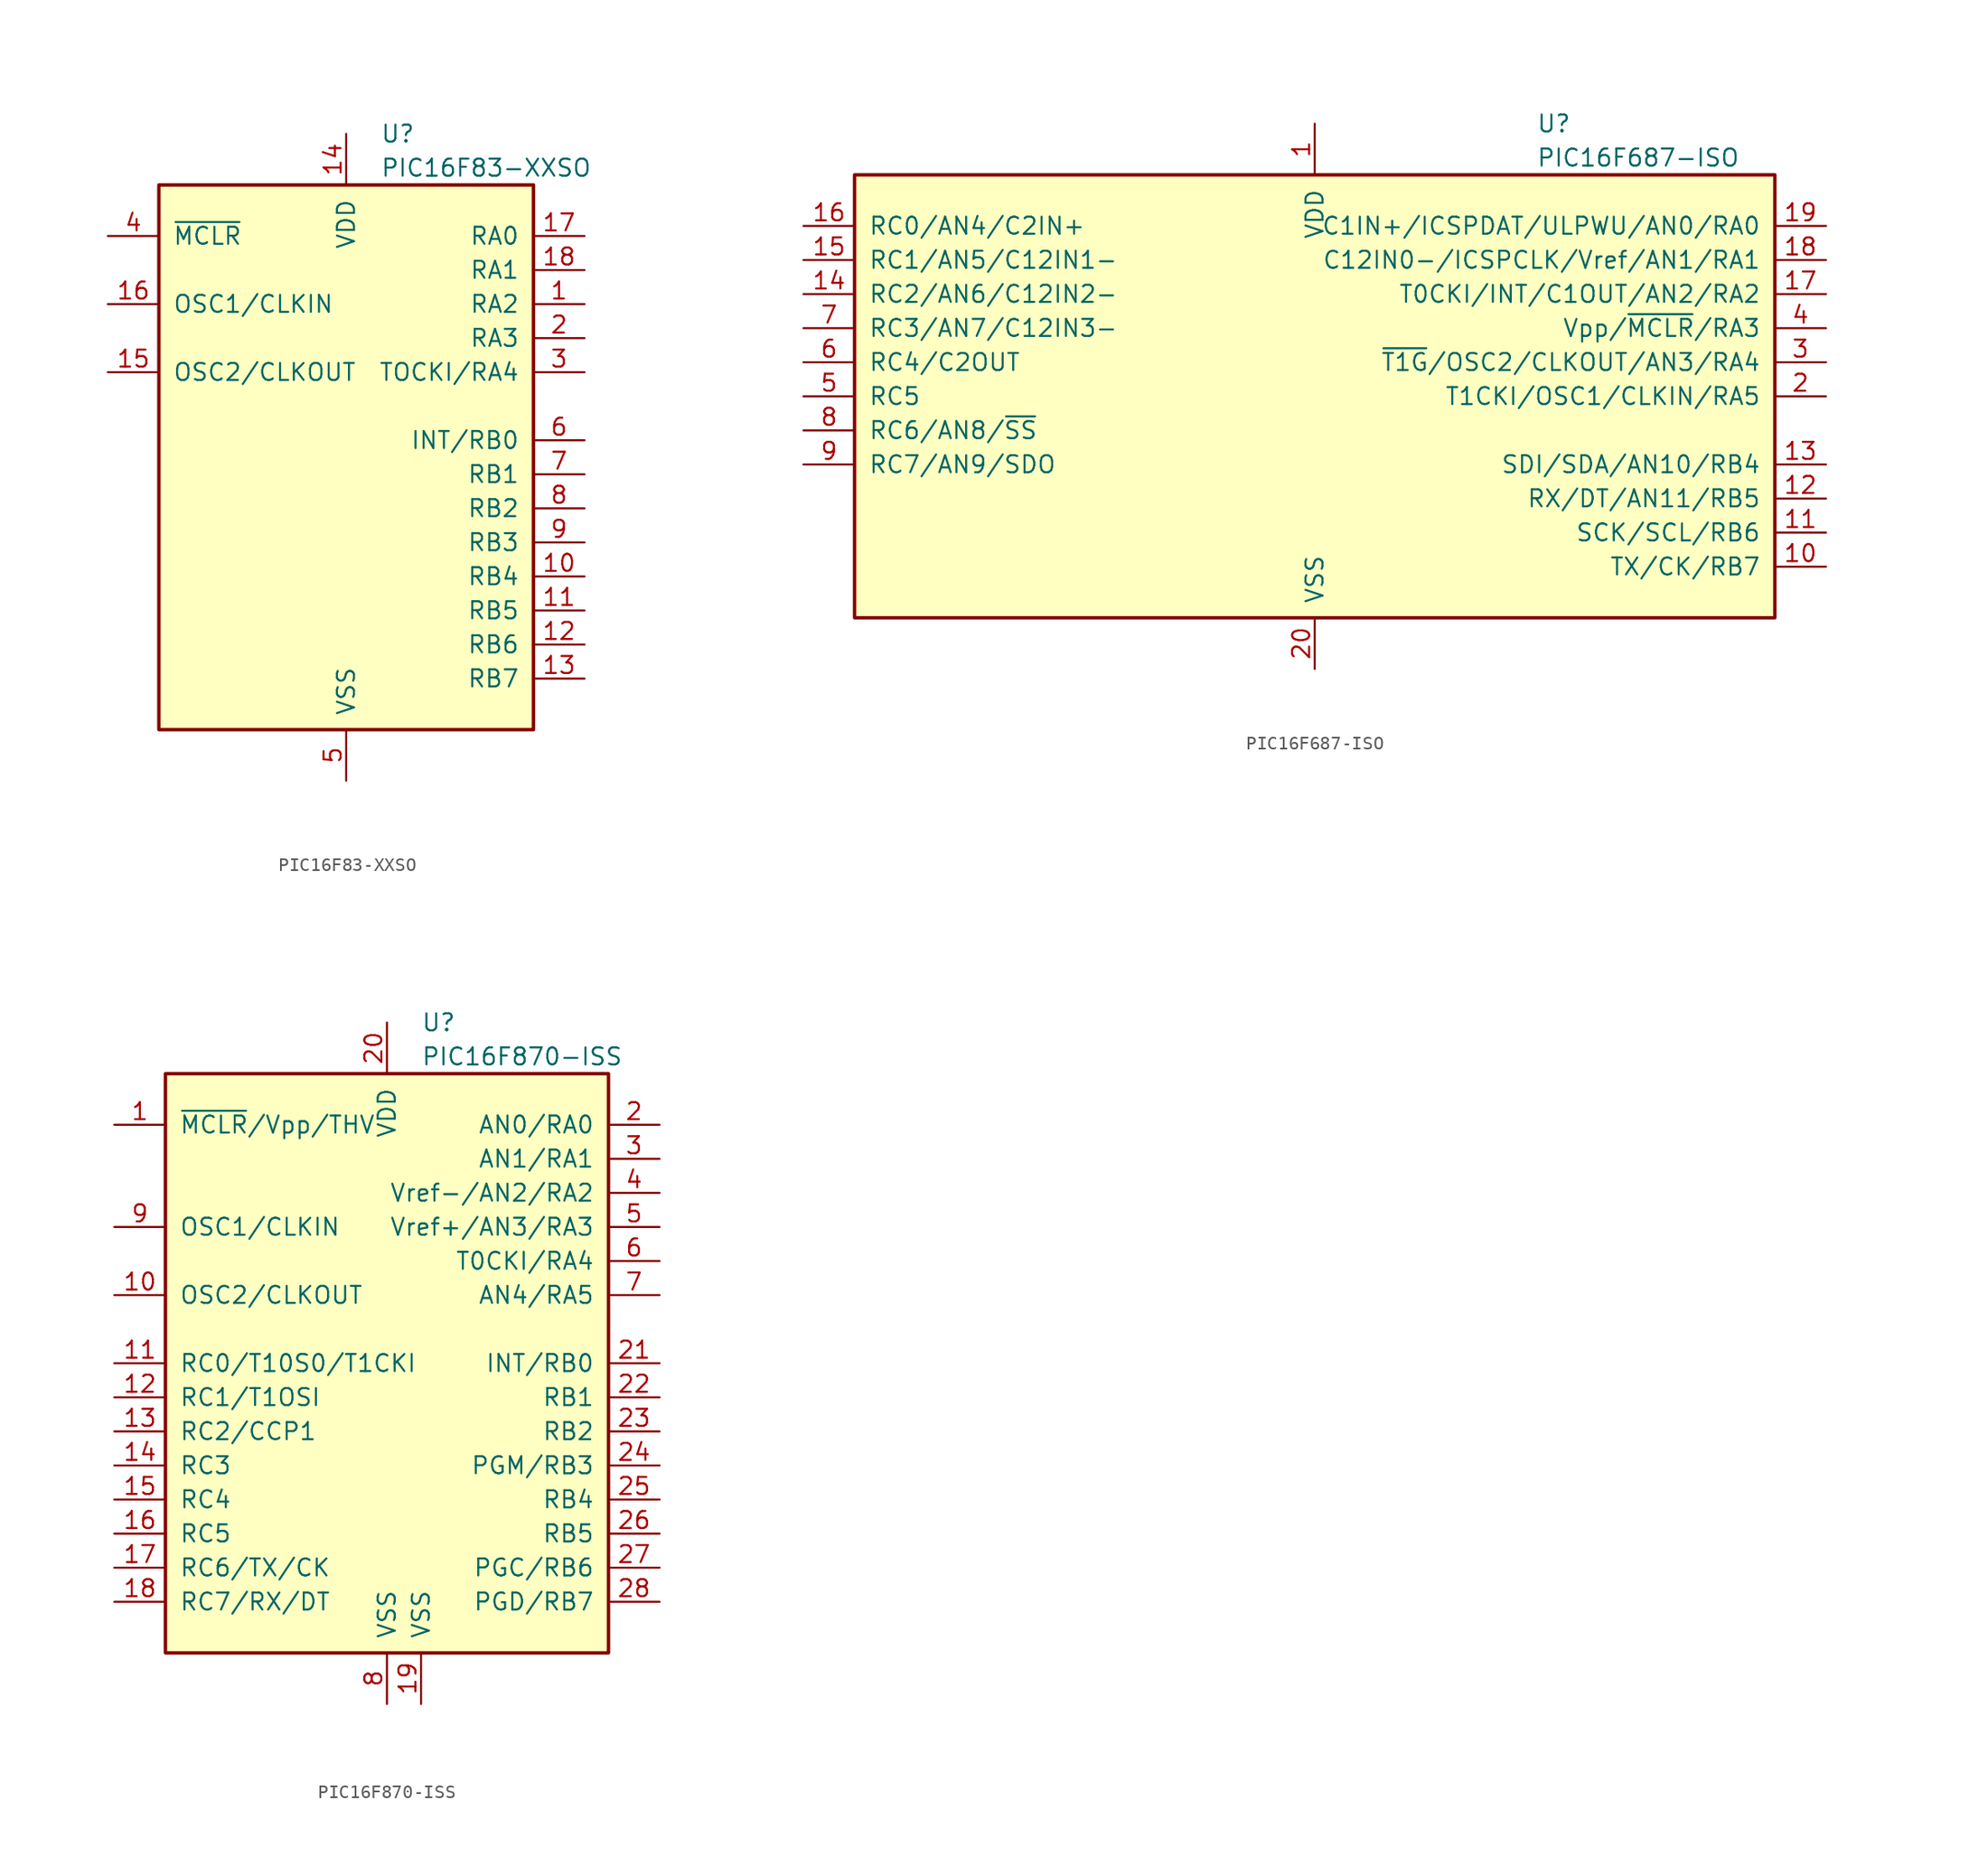
<source format=kicad_sym>
(kicad_symbol_lib
  (version 20220914)
  (generator kicad_symbol_editor)
  (symbol "PIC16F83-XXSO"
    (pin_names
      (offset 1.016))
    (property "Reference" "U"
      (at 2.54 22.86 0)
      (effects (font (size 1.27 1.27)) (justify left)))
    (property "Value" "PIC16F83-XXSO"
      (at 2.54 20.32 0)
      (effects (font (size 1.27 1.27)) (justify left)))
    (symbol "PIC16F83-XXSO_0_1"
      (rectangle (start -13.97 19.05) (end 13.97 -21.59) (stroke (width 0.254) (type default)) (fill (type background))))
    (symbol "PIC16F83-XXSO_1_1"
      (pin bidirectional line (at 17.78 10.16 180) (length 3.81) (name "RA2" (effects (font (size 1.27 1.27)))) (number "1" (effects (font (size 1.27 1.27)))))
      (pin bidirectional line (at 17.78 -10.16 180) (length 3.81) (name "RB4" (effects (font (size 1.27 1.27)))) (number "10" (effects (font (size 1.27 1.27)))))
      (pin bidirectional line (at 17.78 -12.7 180) (length 3.81) (name "RB5" (effects (font (size 1.27 1.27)))) (number "11" (effects (font (size 1.27 1.27)))))
      (pin bidirectional line (at 17.78 -15.24 180) (length 3.81) (name "RB6" (effects (font (size 1.27 1.27)))) (number "12" (effects (font (size 1.27 1.27)))))
      (pin bidirectional line (at 17.78 -17.78 180) (length 3.81) (name "RB7" (effects (font (size 1.27 1.27)))) (number "13" (effects (font (size 1.27 1.27)))))
      (pin power_in line (at 0 22.86 270) (length 3.81) (name "VDD" (effects (font (size 1.27 1.27)))) (number "14" (effects (font (size 1.27 1.27)))))
      (pin output line (at -17.78 5.08 0) (length 3.81) (name "OSC2/CLKOUT" (effects (font (size 1.27 1.27)))) (number "15" (effects (font (size 1.27 1.27)))))
      (pin input line (at -17.78 10.16 0) (length 3.81) (name "OSC1/CLKIN" (effects (font (size 1.27 1.27)))) (number "16" (effects (font (size 1.27 1.27)))))
      (pin bidirectional line (at 17.78 15.24 180) (length 3.81) (name "RA0" (effects (font (size 1.27 1.27)))) (number "17" (effects (font (size 1.27 1.27)))))
      (pin bidirectional line (at 17.78 12.7 180) (length 3.81) (name "RA1" (effects (font (size 1.27 1.27)))) (number "18" (effects (font (size 1.27 1.27)))))
      (pin bidirectional line (at 17.78 7.62 180) (length 3.81) (name "RA3" (effects (font (size 1.27 1.27)))) (number "2" (effects (font (size 1.27 1.27)))))
      (pin bidirectional line (at 17.78 5.08 180) (length 3.81) (name "TOCKI/RA4" (effects (font (size 1.27 1.27)))) (number "3" (effects (font (size 1.27 1.27)))))
      (pin input line (at -17.78 15.24 0) (length 3.81) (name "~{MCLR}" (effects (font (size 1.27 1.27)))) (number "4" (effects (font (size 1.27 1.27)))))
      (pin power_in line (at 0 -25.4 90) (length 3.81) (name "VSS" (effects (font (size 1.27 1.27)))) (number "5" (effects (font (size 1.27 1.27)))))
      (pin bidirectional line (at 17.78 0 180) (length 3.81) (name "INT/RB0" (effects (font (size 1.27 1.27)))) (number "6" (effects (font (size 1.27 1.27)))))
      (pin bidirectional line (at 17.78 -2.54 180) (length 3.81) (name "RB1" (effects (font (size 1.27 1.27)))) (number "7" (effects (font (size 1.27 1.27)))))
      (pin bidirectional line (at 17.78 -5.08 180) (length 3.81) (name "RB2" (effects (font (size 1.27 1.27)))) (number "8" (effects (font (size 1.27 1.27)))))
      (pin bidirectional line (at 17.78 -7.62 180) (length 3.81) (name "RB3" (effects (font (size 1.27 1.27)))) (number "9" (effects (font (size 1.27 1.27)))))))
  (symbol "PIC16F687-ISO"
    (pin_names
      (offset 1.016))
    (property "Reference" "U"
      (at 16.51 20.32 0)
      (effects (font (size 1.27 1.27)) (justify left)))
    (property "Value" "PIC16F687-ISO"
      (at 16.51 17.78 0)
      (effects (font (size 1.27 1.27)) (justify left)))
    (symbol "PIC16F687-ISO_0_1"
      (rectangle (start -34.29 16.51) (end 34.29 -16.51) (stroke (width 0.254) (type default)) (fill (type background))))
    (symbol "PIC16F687-ISO_1_1"
      (pin power_in line (at 0 20.32 270) (length 3.81) (name "VDD" (effects (font (size 1.27 1.27)))) (number "1" (effects (font (size 1.27 1.27)))))
      (pin bidirectional line (at 38.1 -12.7 180) (length 3.81) (name "TX/CK/RB7" (effects (font (size 1.27 1.27)))) (number "10" (effects (font (size 1.27 1.27)))))
      (pin bidirectional line (at 38.1 -10.16 180) (length 3.81) (name "SCK/SCL/RB6" (effects (font (size 1.27 1.27)))) (number "11" (effects (font (size 1.27 1.27)))))
      (pin bidirectional line (at 38.1 -7.62 180) (length 3.81) (name "RX/DT/AN11/RB5" (effects (font (size 1.27 1.27)))) (number "12" (effects (font (size 1.27 1.27)))))
      (pin bidirectional line (at 38.1 -5.08 180) (length 3.81) (name "SDI/SDA/AN10/RB4" (effects (font (size 1.27 1.27)))) (number "13" (effects (font (size 1.27 1.27)))))
      (pin bidirectional line (at -38.1 7.62 0) (length 3.81) (name "RC2/AN6/C12IN2-" (effects (font (size 1.27 1.27)))) (number "14" (effects (font (size 1.27 1.27)))))
      (pin bidirectional line (at -38.1 10.16 0) (length 3.81) (name "RC1/AN5/C12IN1-" (effects (font (size 1.27 1.27)))) (number "15" (effects (font (size 1.27 1.27)))))
      (pin bidirectional line (at -38.1 12.7 0) (length 3.81) (name "RC0/AN4/C2IN+" (effects (font (size 1.27 1.27)))) (number "16" (effects (font (size 1.27 1.27)))))
      (pin bidirectional line (at 38.1 7.62 180) (length 3.81) (name "T0CKI/INT/C1OUT/AN2/RA2" (effects (font (size 1.27 1.27)))) (number "17" (effects (font (size 1.27 1.27)))))
      (pin bidirectional line (at 38.1 10.16 180) (length 3.81) (name "C12IN0-/ICSPCLK/Vref/AN1/RA1" (effects (font (size 1.27 1.27)))) (number "18" (effects (font (size 1.27 1.27)))))
      (pin bidirectional line (at 38.1 12.7 180) (length 3.81) (name "C1IN+/ICSPDAT/ULPWU/AN0/RA0" (effects (font (size 1.27 1.27)))) (number "19" (effects (font (size 1.27 1.27)))))
      (pin bidirectional line (at 38.1 0 180) (length 3.81) (name "T1CKI/OSC1/CLKIN/RA5" (effects (font (size 1.27 1.27)))) (number "2" (effects (font (size 1.27 1.27)))))
      (pin power_in line (at 0 -20.32 90) (length 3.81) (name "VSS" (effects (font (size 1.27 1.27)))) (number "20" (effects (font (size 1.27 1.27)))))
      (pin bidirectional line (at 38.1 2.54 180) (length 3.81) (name "~{T1G}/OSC2/CLKOUT/AN3/RA4" (effects (font (size 1.27 1.27)))) (number "3" (effects (font (size 1.27 1.27)))))
      (pin input line (at 38.1 5.08 180) (length 3.81) (name "Vpp/~{MCLR}/RA3" (effects (font (size 1.27 1.27)))) (number "4" (effects (font (size 1.27 1.27)))))
      (pin bidirectional line (at -38.1 0 0) (length 3.81) (name "RC5" (effects (font (size 1.27 1.27)))) (number "5" (effects (font (size 1.27 1.27)))))
      (pin bidirectional line (at -38.1 2.54 0) (length 3.81) (name "RC4/C2OUT" (effects (font (size 1.27 1.27)))) (number "6" (effects (font (size 1.27 1.27)))))
      (pin bidirectional line (at -38.1 5.08 0) (length 3.81) (name "RC3/AN7/C12IN3-" (effects (font (size 1.27 1.27)))) (number "7" (effects (font (size 1.27 1.27)))))
      (pin bidirectional line (at -38.1 -2.54 0) (length 3.81) (name "RC6/AN8/~{SS}" (effects (font (size 1.27 1.27)))) (number "8" (effects (font (size 1.27 1.27)))))
      (pin bidirectional line (at -38.1 -5.08 0) (length 3.81) (name "RC7/AN9/SDO" (effects (font (size 1.27 1.27)))) (number "9" (effects (font (size 1.27 1.27)))))))
  (symbol "PIC16F870-ISS"
    (pin_names
      (offset 1.016))
    (property "Reference" "U"
      (at 2.54 25.4 0)
      (effects (font (size 1.27 1.27)) (justify left)))
    (property "Value" "PIC16F870-ISS"
      (at 2.54 22.86 0)
      (effects (font (size 1.27 1.27)) (justify left)))
    (symbol "PIC16F870-ISS_0_1"
      (rectangle (start -16.51 -21.59) (end 16.51 21.59) (stroke (width 0.254) (type default)) (fill (type background))))
    (symbol "PIC16F870-ISS_1_1"
      (pin input line (at -20.32 17.78 0) (length 3.81) (name "~{MCLR}/Vpp/THV" (effects (font (size 1.27 1.27)))) (number "1" (effects (font (size 1.27 1.27)))))
      (pin output line (at -20.32 5.08 0) (length 3.81) (name "OSC2/CLKOUT" (effects (font (size 1.27 1.27)))) (number "10" (effects (font (size 1.27 1.27)))))
      (pin bidirectional line (at -20.32 0 0) (length 3.81) (name "RC0/T10S0/T1CKI" (effects (font (size 1.27 1.27)))) (number "11" (effects (font (size 1.27 1.27)))))
      (pin bidirectional line (at -20.32 -2.54 0) (length 3.81) (name "RC1/T1OSI" (effects (font (size 1.27 1.27)))) (number "12" (effects (font (size 1.27 1.27)))))
      (pin bidirectional line (at -20.32 -5.08 0) (length 3.81) (name "RC2/CCP1" (effects (font (size 1.27 1.27)))) (number "13" (effects (font (size 1.27 1.27)))))
      (pin bidirectional line (at -20.32 -7.62 0) (length 3.81) (name "RC3" (effects (font (size 1.27 1.27)))) (number "14" (effects (font (size 1.27 1.27)))))
      (pin bidirectional line (at -20.32 -10.16 0) (length 3.81) (name "RC4" (effects (font (size 1.27 1.27)))) (number "15" (effects (font (size 1.27 1.27)))))
      (pin bidirectional line (at -20.32 -12.7 0) (length 3.81) (name "RC5" (effects (font (size 1.27 1.27)))) (number "16" (effects (font (size 1.27 1.27)))))
      (pin bidirectional line (at -20.32 -15.24 0) (length 3.81) (name "RC6/TX/CK" (effects (font (size 1.27 1.27)))) (number "17" (effects (font (size 1.27 1.27)))))
      (pin bidirectional line (at -20.32 -17.78 0) (length 3.81) (name "RC7/RX/DT" (effects (font (size 1.27 1.27)))) (number "18" (effects (font (size 1.27 1.27)))))
      (pin power_in line (at 2.54 -25.4 90) (length 3.81) (name "VSS" (effects (font (size 1.27 1.27)))) (number "19" (effects (font (size 1.27 1.27)))))
      (pin bidirectional line (at 20.32 17.78 180) (length 3.81) (name "AN0/RA0" (effects (font (size 1.27 1.27)))) (number "2" (effects (font (size 1.27 1.27)))))
      (pin power_in line (at 0 25.4 270) (length 3.81) (name "VDD" (effects (font (size 1.27 1.27)))) (number "20" (effects (font (size 1.27 1.27)))))
      (pin bidirectional line (at 20.32 0 180) (length 3.81) (name "INT/RB0" (effects (font (size 1.27 1.27)))) (number "21" (effects (font (size 1.27 1.27)))))
      (pin bidirectional line (at 20.32 -2.54 180) (length 3.81) (name "RB1" (effects (font (size 1.27 1.27)))) (number "22" (effects (font (size 1.27 1.27)))))
      (pin bidirectional line (at 20.32 -5.08 180) (length 3.81) (name "RB2" (effects (font (size 1.27 1.27)))) (number "23" (effects (font (size 1.27 1.27)))))
      (pin bidirectional line (at 20.32 -7.62 180) (length 3.81) (name "PGM/RB3" (effects (font (size 1.27 1.27)))) (number "24" (effects (font (size 1.27 1.27)))))
      (pin bidirectional line (at 20.32 -10.16 180) (length 3.81) (name "RB4" (effects (font (size 1.27 1.27)))) (number "25" (effects (font (size 1.27 1.27)))))
      (pin bidirectional line (at 20.32 -12.7 180) (length 3.81) (name "RB5" (effects (font (size 1.27 1.27)))) (number "26" (effects (font (size 1.27 1.27)))))
      (pin bidirectional line (at 20.32 -15.24 180) (length 3.81) (name "PGC/RB6" (effects (font (size 1.27 1.27)))) (number "27" (effects (font (size 1.27 1.27)))))
      (pin bidirectional line (at 20.32 -17.78 180) (length 3.81) (name "PGD/RB7" (effects (font (size 1.27 1.27)))) (number "28" (effects (font (size 1.27 1.27)))))
      (pin bidirectional line (at 20.32 15.24 180) (length 3.81) (name "AN1/RA1" (effects (font (size 1.27 1.27)))) (number "3" (effects (font (size 1.27 1.27)))))
      (pin bidirectional line (at 20.32 12.7 180) (length 3.81) (name "Vref-/AN2/RA2" (effects (font (size 1.27 1.27)))) (number "4" (effects (font (size 1.27 1.27)))))
      (pin bidirectional line (at 20.32 10.16 180) (length 3.81) (name "Vref+/AN3/RA3" (effects (font (size 1.27 1.27)))) (number "5" (effects (font (size 1.27 1.27)))))
      (pin bidirectional line (at 20.32 7.62 180) (length 3.81) (name "T0CKI/RA4" (effects (font (size 1.27 1.27)))) (number "6" (effects (font (size 1.27 1.27)))))
      (pin bidirectional line (at 20.32 5.08 180) (length 3.81) (name "AN4/RA5" (effects (font (size 1.27 1.27)))) (number "7" (effects (font (size 1.27 1.27)))))
      (pin power_in line (at 0 -25.4 90) (length 3.81) (name "VSS" (effects (font (size 1.27 1.27)))) (number "8" (effects (font (size 1.27 1.27)))))
      (pin input line (at -20.32 10.16 0) (length 3.81) (name "OSC1/CLKIN" (effects (font (size 1.27 1.27)))) (number "9" (effects (font (size 1.27 1.27))))))))
</source>
